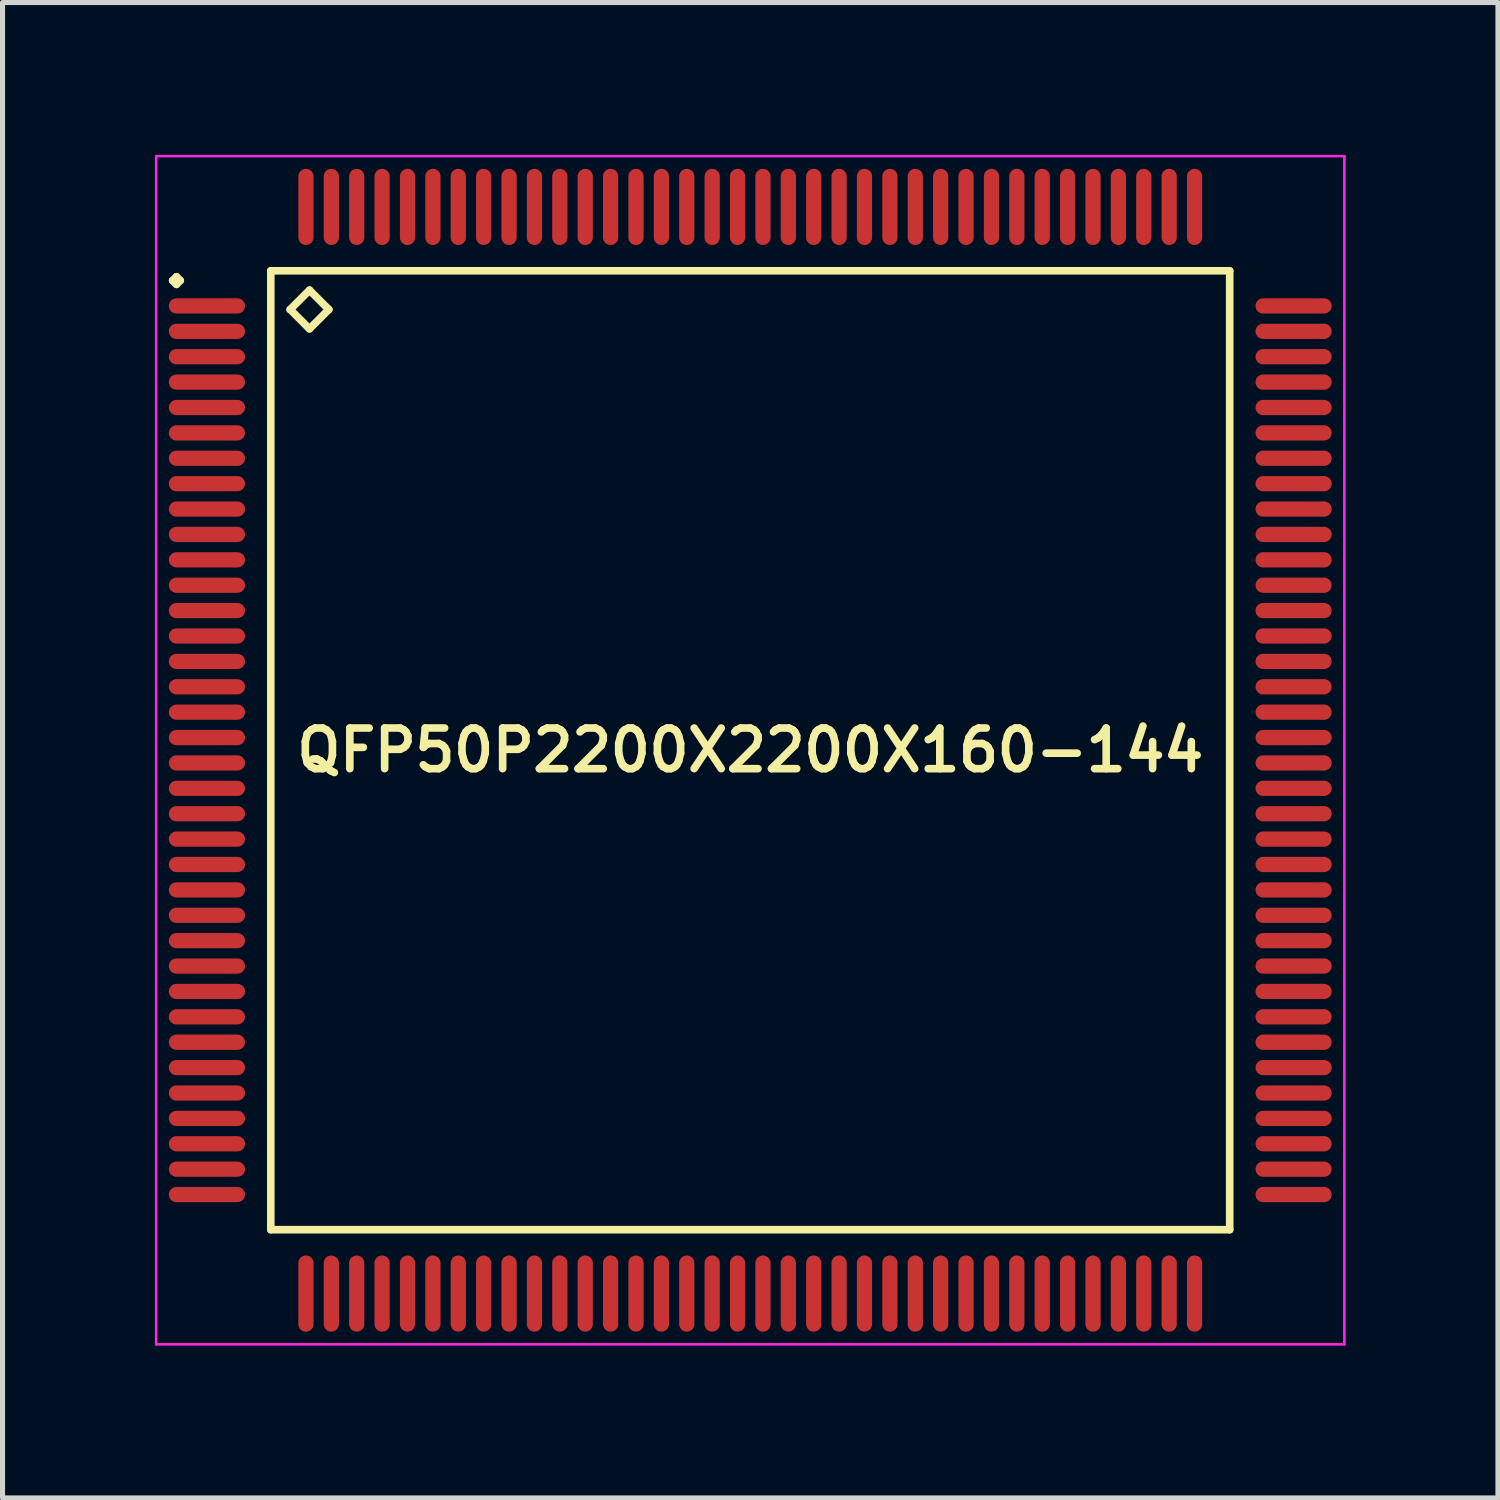
<source format=kicad_pcb>
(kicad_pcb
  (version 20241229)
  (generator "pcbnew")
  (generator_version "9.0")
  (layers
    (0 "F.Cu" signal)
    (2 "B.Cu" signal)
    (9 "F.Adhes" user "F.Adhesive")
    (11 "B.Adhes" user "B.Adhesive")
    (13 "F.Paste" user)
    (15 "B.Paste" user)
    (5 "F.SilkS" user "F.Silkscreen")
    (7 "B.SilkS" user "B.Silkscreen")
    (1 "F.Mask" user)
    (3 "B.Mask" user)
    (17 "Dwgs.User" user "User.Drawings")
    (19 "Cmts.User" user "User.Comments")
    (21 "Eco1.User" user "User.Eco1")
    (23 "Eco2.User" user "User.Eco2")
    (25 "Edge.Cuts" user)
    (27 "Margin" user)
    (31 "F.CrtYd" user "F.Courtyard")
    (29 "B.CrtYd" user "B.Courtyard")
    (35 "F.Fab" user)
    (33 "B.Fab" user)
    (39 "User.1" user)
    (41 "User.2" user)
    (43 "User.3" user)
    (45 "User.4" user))
  (footprint "QFP50P2200X2200X160-144"
    (layer "F.Cu")
    (at 11.725 11.725)
    (property "Reference" "QFP50P2200X2200X160-144" (at 0 0 0) (layer "F.SilkS") (effects (font (size 0.8 0.8) (thickness 0.15))))
    (attr smd)
    (fp_line (start -11.375 -9.25) (end -11.3 -9.325) (stroke (width 0.15) (type solid)) (layer "F.SilkS"))
    (fp_line (start -11.3 -9.325) (end -11.225 -9.25) (stroke (width 0.15) (type solid)) (layer "F.SilkS"))
    (fp_line (start -11.3 -9.175) (end -11.375 -9.25) (stroke (width 0.15) (type solid)) (layer "F.SilkS"))
    (fp_line (start -11.225 -9.25) (end -11.3 -9.175) (stroke (width 0.15) (type solid)) (layer "F.SilkS"))
    (fp_line (start -9.442 -9.442) (end -9.442 9.442) (stroke (width 0.15) (type solid)) (layer "F.SilkS"))
    (fp_line (start -9.442 9.442) (end 9.442 9.442) (stroke (width 0.15) (type solid)) (layer "F.SilkS"))
    (fp_line (start -9.061 -8.68) (end -8.68 -9.061) (stroke (width 0.15) (type solid)) (layer "F.SilkS"))
    (fp_line (start -8.68 -9.061) (end -8.299 -8.68) (stroke (width 0.15) (type solid)) (layer "F.SilkS"))
    (fp_line (start -8.68 -8.299) (end -9.061 -8.68) (stroke (width 0.15) (type solid)) (layer "F.SilkS"))
    (fp_line (start -8.299 -8.68) (end -8.68 -8.299) (stroke (width 0.15) (type solid)) (layer "F.SilkS"))
    (fp_line (start 9.442 -9.442) (end -9.442 -9.442) (stroke (width 0.15) (type solid)) (layer "F.SilkS"))
    (fp_line (start 9.442 9.442) (end 9.442 -9.442) (stroke (width 0.15) (type solid)) (layer "F.SilkS"))
    (fp_line (start -11.7 -11.7) (end 11.7 -11.7) (stroke (width 0.05) (type solid)) (layer "F.CrtYd"))
    (fp_line (start -11.7 11.7) (end -11.7 -11.7) (stroke (width 0.05) (type solid)) (layer "F.CrtYd"))
    (fp_line (start 11.7 -11.7) (end 11.7 11.7) (stroke (width 0.05) (type solid)) (layer "F.CrtYd"))
    (fp_line (start 11.7 11.7) (end -11.7 11.7) (stroke (width 0.05) (type solid)) (layer "F.CrtYd"))
    (pad "1" smd oval (at -10.7 -8.75) (size 1.5 0.3) (layers "F.Cu" "F.Mask" "F.Paste"))
    (pad "2" smd oval (at -10.7 -8.25) (size 1.5 0.3) (layers "F.Cu" "F.Mask" "F.Paste"))
    (pad "3" smd oval (at -10.7 -7.75) (size 1.5 0.3) (layers "F.Cu" "F.Mask" "F.Paste"))
    (pad "4" smd oval (at -10.7 -7.25) (size 1.5 0.3) (layers "F.Cu" "F.Mask" "F.Paste"))
    (pad "5" smd oval (at -10.7 -6.75) (size 1.5 0.3) (layers "F.Cu" "F.Mask" "F.Paste"))
    (pad "6" smd oval (at -10.7 -6.25) (size 1.5 0.3) (layers "F.Cu" "F.Mask" "F.Paste"))
    (pad "7" smd oval (at -10.7 -5.75) (size 1.5 0.3) (layers "F.Cu" "F.Mask" "F.Paste"))
    (pad "8" smd oval (at -10.7 -5.25) (size 1.5 0.3) (layers "F.Cu" "F.Mask" "F.Paste"))
    (pad "9" smd oval (at -10.7 -4.75) (size 1.5 0.3) (layers "F.Cu" "F.Mask" "F.Paste"))
    (pad "10" smd oval (at -10.7 -4.25) (size 1.5 0.3) (layers "F.Cu" "F.Mask" "F.Paste"))
    (pad "11" smd oval (at -10.7 -3.75) (size 1.5 0.3) (layers "F.Cu" "F.Mask" "F.Paste"))
    (pad "12" smd oval (at -10.7 -3.25) (size 1.5 0.3) (layers "F.Cu" "F.Mask" "F.Paste"))
    (pad "13" smd oval (at -10.7 -2.75) (size 1.5 0.3) (layers "F.Cu" "F.Mask" "F.Paste"))
    (pad "14" smd oval (at -10.7 -2.25) (size 1.5 0.3) (layers "F.Cu" "F.Mask" "F.Paste"))
    (pad "15" smd oval (at -10.7 -1.75) (size 1.5 0.3) (layers "F.Cu" "F.Mask" "F.Paste"))
    (pad "16" smd oval (at -10.7 -1.25) (size 1.5 0.3) (layers "F.Cu" "F.Mask" "F.Paste"))
    (pad "17" smd oval (at -10.7 -0.75) (size 1.5 0.3) (layers "F.Cu" "F.Mask" "F.Paste"))
    (pad "18" smd oval (at -10.7 -0.25) (size 1.5 0.3) (layers "F.Cu" "F.Mask" "F.Paste"))
    (pad "19" smd oval (at -10.7 0.25) (size 1.5 0.3) (layers "F.Cu" "F.Mask" "F.Paste"))
    (pad "20" smd oval (at -10.7 0.75) (size 1.5 0.3) (layers "F.Cu" "F.Mask" "F.Paste"))
    (pad "21" smd oval (at -10.7 1.25) (size 1.5 0.3) (layers "F.Cu" "F.Mask" "F.Paste"))
    (pad "22" smd oval (at -10.7 1.75) (size 1.5 0.3) (layers "F.Cu" "F.Mask" "F.Paste"))
    (pad "23" smd oval (at -10.7 2.25) (size 1.5 0.3) (layers "F.Cu" "F.Mask" "F.Paste"))
    (pad "24" smd oval (at -10.7 2.75) (size 1.5 0.3) (layers "F.Cu" "F.Mask" "F.Paste"))
    (pad "25" smd oval (at -10.7 3.25) (size 1.5 0.3) (layers "F.Cu" "F.Mask" "F.Paste"))
    (pad "26" smd oval (at -10.7 3.75) (size 1.5 0.3) (layers "F.Cu" "F.Mask" "F.Paste"))
    (pad "27" smd oval (at -10.7 4.25) (size 1.5 0.3) (layers "F.Cu" "F.Mask" "F.Paste"))
    (pad "28" smd oval (at -10.7 4.75) (size 1.5 0.3) (layers "F.Cu" "F.Mask" "F.Paste"))
    (pad "29" smd oval (at -10.7 5.25) (size 1.5 0.3) (layers "F.Cu" "F.Mask" "F.Paste"))
    (pad "30" smd oval (at -10.7 5.75) (size 1.5 0.3) (layers "F.Cu" "F.Mask" "F.Paste"))
    (pad "31" smd oval (at -10.7 6.25) (size 1.5 0.3) (layers "F.Cu" "F.Mask" "F.Paste"))
    (pad "32" smd oval (at -10.7 6.75) (size 1.5 0.3) (layers "F.Cu" "F.Mask" "F.Paste"))
    (pad "33" smd oval (at -10.7 7.25) (size 1.5 0.3) (layers "F.Cu" "F.Mask" "F.Paste"))
    (pad "34" smd oval (at -10.7 7.75) (size 1.5 0.3) (layers "F.Cu" "F.Mask" "F.Paste"))
    (pad "35" smd oval (at -10.7 8.25) (size 1.5 0.3) (layers "F.Cu" "F.Mask" "F.Paste"))
    (pad "36" smd oval (at -10.7 8.75) (size 1.5 0.3) (layers "F.Cu" "F.Mask" "F.Paste"))
    (pad "37" smd oval (at -8.75 10.7) (size 0.3 1.5) (layers "F.Cu" "F.Mask" "F.Paste"))
    (pad "38" smd oval (at -8.25 10.7) (size 0.3 1.5) (layers "F.Cu" "F.Mask" "F.Paste"))
    (pad "39" smd oval (at -7.75 10.7) (size 0.3 1.5) (layers "F.Cu" "F.Mask" "F.Paste"))
    (pad "40" smd oval (at -7.25 10.7) (size 0.3 1.5) (layers "F.Cu" "F.Mask" "F.Paste"))
    (pad "41" smd oval (at -6.75 10.7) (size 0.3 1.5) (layers "F.Cu" "F.Mask" "F.Paste"))
    (pad "42" smd oval (at -6.25 10.7) (size 0.3 1.5) (layers "F.Cu" "F.Mask" "F.Paste"))
    (pad "43" smd oval (at -5.75 10.7) (size 0.3 1.5) (layers "F.Cu" "F.Mask" "F.Paste"))
    (pad "44" smd oval (at -5.25 10.7) (size 0.3 1.5) (layers "F.Cu" "F.Mask" "F.Paste"))
    (pad "45" smd oval (at -4.75 10.7) (size 0.3 1.5) (layers "F.Cu" "F.Mask" "F.Paste"))
    (pad "46" smd oval (at -4.25 10.7) (size 0.3 1.5) (layers "F.Cu" "F.Mask" "F.Paste"))
    (pad "47" smd oval (at -3.75 10.7) (size 0.3 1.5) (layers "F.Cu" "F.Mask" "F.Paste"))
    (pad "48" smd oval (at -3.25 10.7) (size 0.3 1.5) (layers "F.Cu" "F.Mask" "F.Paste"))
    (pad "49" smd oval (at -2.75 10.7) (size 0.3 1.5) (layers "F.Cu" "F.Mask" "F.Paste"))
    (pad "50" smd oval (at -2.25 10.7) (size 0.3 1.5) (layers "F.Cu" "F.Mask" "F.Paste"))
    (pad "51" smd oval (at -1.75 10.7) (size 0.3 1.5) (layers "F.Cu" "F.Mask" "F.Paste"))
    (pad "52" smd oval (at -1.25 10.7) (size 0.3 1.5) (layers "F.Cu" "F.Mask" "F.Paste"))
    (pad "53" smd oval (at -0.75 10.7) (size 0.3 1.5) (layers "F.Cu" "F.Mask" "F.Paste"))
    (pad "54" smd oval (at -0.25 10.7) (size 0.3 1.5) (layers "F.Cu" "F.Mask" "F.Paste"))
    (pad "55" smd oval (at 0.25 10.7) (size 0.3 1.5) (layers "F.Cu" "F.Mask" "F.Paste"))
    (pad "56" smd oval (at 0.75 10.7) (size 0.3 1.5) (layers "F.Cu" "F.Mask" "F.Paste"))
    (pad "57" smd oval (at 1.25 10.7) (size 0.3 1.5) (layers "F.Cu" "F.Mask" "F.Paste"))
    (pad "58" smd oval (at 1.75 10.7) (size 0.3 1.5) (layers "F.Cu" "F.Mask" "F.Paste"))
    (pad "59" smd oval (at 2.25 10.7) (size 0.3 1.5) (layers "F.Cu" "F.Mask" "F.Paste"))
    (pad "60" smd oval (at 2.75 10.7) (size 0.3 1.5) (layers "F.Cu" "F.Mask" "F.Paste"))
    (pad "61" smd oval (at 3.25 10.7) (size 0.3 1.5) (layers "F.Cu" "F.Mask" "F.Paste"))
    (pad "62" smd oval (at 3.75 10.7) (size 0.3 1.5) (layers "F.Cu" "F.Mask" "F.Paste"))
    (pad "63" smd oval (at 4.25 10.7) (size 0.3 1.5) (layers "F.Cu" "F.Mask" "F.Paste"))
    (pad "64" smd oval (at 4.75 10.7) (size 0.3 1.5) (layers "F.Cu" "F.Mask" "F.Paste"))
    (pad "65" smd oval (at 5.25 10.7) (size 0.3 1.5) (layers "F.Cu" "F.Mask" "F.Paste"))
    (pad "66" smd oval (at 5.75 10.7) (size 0.3 1.5) (layers "F.Cu" "F.Mask" "F.Paste"))
    (pad "67" smd oval (at 6.25 10.7) (size 0.3 1.5) (layers "F.Cu" "F.Mask" "F.Paste"))
    (pad "68" smd oval (at 6.75 10.7) (size 0.3 1.5) (layers "F.Cu" "F.Mask" "F.Paste"))
    (pad "69" smd oval (at 7.25 10.7) (size 0.3 1.5) (layers "F.Cu" "F.Mask" "F.Paste"))
    (pad "70" smd oval (at 7.75 10.7) (size 0.3 1.5) (layers "F.Cu" "F.Mask" "F.Paste"))
    (pad "71" smd oval (at 8.25 10.7) (size 0.3 1.5) (layers "F.Cu" "F.Mask" "F.Paste"))
    (pad "72" smd oval (at 8.75 10.7) (size 0.3 1.5) (layers "F.Cu" "F.Mask" "F.Paste"))
    (pad "73" smd oval (at 10.7 8.75) (size 1.5 0.3) (layers "F.Cu" "F.Mask" "F.Paste"))
    (pad "74" smd oval (at 10.7 8.25) (size 1.5 0.3) (layers "F.Cu" "F.Mask" "F.Paste"))
    (pad "75" smd oval (at 10.7 7.75) (size 1.5 0.3) (layers "F.Cu" "F.Mask" "F.Paste"))
    (pad "76" smd oval (at 10.7 7.25) (size 1.5 0.3) (layers "F.Cu" "F.Mask" "F.Paste"))
    (pad "77" smd oval (at 10.7 6.75) (size 1.5 0.3) (layers "F.Cu" "F.Mask" "F.Paste"))
    (pad "78" smd oval (at 10.7 6.25) (size 1.5 0.3) (layers "F.Cu" "F.Mask" "F.Paste"))
    (pad "79" smd oval (at 10.7 5.75) (size 1.5 0.3) (layers "F.Cu" "F.Mask" "F.Paste"))
    (pad "80" smd oval (at 10.7 5.25) (size 1.5 0.3) (layers "F.Cu" "F.Mask" "F.Paste"))
    (pad "81" smd oval (at 10.7 4.75) (size 1.5 0.3) (layers "F.Cu" "F.Mask" "F.Paste"))
    (pad "82" smd oval (at 10.7 4.25) (size 1.5 0.3) (layers "F.Cu" "F.Mask" "F.Paste"))
    (pad "83" smd oval (at 10.7 3.75) (size 1.5 0.3) (layers "F.Cu" "F.Mask" "F.Paste"))
    (pad "84" smd oval (at 10.7 3.25) (size 1.5 0.3) (layers "F.Cu" "F.Mask" "F.Paste"))
    (pad "85" smd oval (at 10.7 2.75) (size 1.5 0.3) (layers "F.Cu" "F.Mask" "F.Paste"))
    (pad "86" smd oval (at 10.7 2.25) (size 1.5 0.3) (layers "F.Cu" "F.Mask" "F.Paste"))
    (pad "87" smd oval (at 10.7 1.75) (size 1.5 0.3) (layers "F.Cu" "F.Mask" "F.Paste"))
    (pad "88" smd oval (at 10.7 1.25) (size 1.5 0.3) (layers "F.Cu" "F.Mask" "F.Paste"))
    (pad "89" smd oval (at 10.7 0.75) (size 1.5 0.3) (layers "F.Cu" "F.Mask" "F.Paste"))
    (pad "90" smd oval (at 10.7 0.25) (size 1.5 0.3) (layers "F.Cu" "F.Mask" "F.Paste"))
    (pad "91" smd oval (at 10.7 -0.25) (size 1.5 0.3) (layers "F.Cu" "F.Mask" "F.Paste"))
    (pad "92" smd oval (at 10.7 -0.75) (size 1.5 0.3) (layers "F.Cu" "F.Mask" "F.Paste"))
    (pad "93" smd oval (at 10.7 -1.25) (size 1.5 0.3) (layers "F.Cu" "F.Mask" "F.Paste"))
    (pad "94" smd oval (at 10.7 -1.75) (size 1.5 0.3) (layers "F.Cu" "F.Mask" "F.Paste"))
    (pad "95" smd oval (at 10.7 -2.25) (size 1.5 0.3) (layers "F.Cu" "F.Mask" "F.Paste"))
    (pad "96" smd oval (at 10.7 -2.75) (size 1.5 0.3) (layers "F.Cu" "F.Mask" "F.Paste"))
    (pad "97" smd oval (at 10.7 -3.25) (size 1.5 0.3) (layers "F.Cu" "F.Mask" "F.Paste"))
    (pad "98" smd oval (at 10.7 -3.75) (size 1.5 0.3) (layers "F.Cu" "F.Mask" "F.Paste"))
    (pad "99" smd oval (at 10.7 -4.25) (size 1.5 0.3) (layers "F.Cu" "F.Mask" "F.Paste"))
    (pad "100" smd oval (at 10.7 -4.75) (size 1.5 0.3) (layers "F.Cu" "F.Mask" "F.Paste"))
    (pad "101" smd oval (at 10.7 -5.25) (size 1.5 0.3) (layers "F.Cu" "F.Mask" "F.Paste"))
    (pad "102" smd oval (at 10.7 -5.75) (size 1.5 0.3) (layers "F.Cu" "F.Mask" "F.Paste"))
    (pad "103" smd oval (at 10.7 -6.25) (size 1.5 0.3) (layers "F.Cu" "F.Mask" "F.Paste"))
    (pad "104" smd oval (at 10.7 -6.75) (size 1.5 0.3) (layers "F.Cu" "F.Mask" "F.Paste"))
    (pad "105" smd oval (at 10.7 -7.25) (size 1.5 0.3) (layers "F.Cu" "F.Mask" "F.Paste"))
    (pad "106" smd oval (at 10.7 -7.75) (size 1.5 0.3) (layers "F.Cu" "F.Mask" "F.Paste"))
    (pad "107" smd oval (at 10.7 -8.25) (size 1.5 0.3) (layers "F.Cu" "F.Mask" "F.Paste"))
    (pad "108" smd oval (at 10.7 -8.75) (size 1.5 0.3) (layers "F.Cu" "F.Mask" "F.Paste"))
    (pad "109" smd oval (at 8.75 -10.7) (size 0.3 1.5) (layers "F.Cu" "F.Mask" "F.Paste"))
    (pad "110" smd oval (at 8.25 -10.7) (size 0.3 1.5) (layers "F.Cu" "F.Mask" "F.Paste"))
    (pad "111" smd oval (at 7.75 -10.7) (size 0.3 1.5) (layers "F.Cu" "F.Mask" "F.Paste"))
    (pad "112" smd oval (at 7.25 -10.7) (size 0.3 1.5) (layers "F.Cu" "F.Mask" "F.Paste"))
    (pad "113" smd oval (at 6.75 -10.7) (size 0.3 1.5) (layers "F.Cu" "F.Mask" "F.Paste"))
    (pad "114" smd oval (at 6.25 -10.7) (size 0.3 1.5) (layers "F.Cu" "F.Mask" "F.Paste"))
    (pad "115" smd oval (at 5.75 -10.7) (size 0.3 1.5) (layers "F.Cu" "F.Mask" "F.Paste"))
    (pad "116" smd oval (at 5.25 -10.7) (size 0.3 1.5) (layers "F.Cu" "F.Mask" "F.Paste"))
    (pad "117" smd oval (at 4.75 -10.7) (size 0.3 1.5) (layers "F.Cu" "F.Mask" "F.Paste"))
    (pad "118" smd oval (at 4.25 -10.7) (size 0.3 1.5) (layers "F.Cu" "F.Mask" "F.Paste"))
    (pad "119" smd oval (at 3.75 -10.7) (size 0.3 1.5) (layers "F.Cu" "F.Mask" "F.Paste"))
    (pad "120" smd oval (at 3.25 -10.7) (size 0.3 1.5) (layers "F.Cu" "F.Mask" "F.Paste"))
    (pad "121" smd oval (at 2.75 -10.7) (size 0.3 1.5) (layers "F.Cu" "F.Mask" "F.Paste"))
    (pad "122" smd oval (at 2.25 -10.7) (size 0.3 1.5) (layers "F.Cu" "F.Mask" "F.Paste"))
    (pad "123" smd oval (at 1.75 -10.7) (size 0.3 1.5) (layers "F.Cu" "F.Mask" "F.Paste"))
    (pad "124" smd oval (at 1.25 -10.7) (size 0.3 1.5) (layers "F.Cu" "F.Mask" "F.Paste"))
    (pad "125" smd oval (at 0.75 -10.7) (size 0.3 1.5) (layers "F.Cu" "F.Mask" "F.Paste"))
    (pad "126" smd oval (at 0.25 -10.7) (size 0.3 1.5) (layers "F.Cu" "F.Mask" "F.Paste"))
    (pad "127" smd oval (at -0.25 -10.7) (size 0.3 1.5) (layers "F.Cu" "F.Mask" "F.Paste"))
    (pad "128" smd oval (at -0.75 -10.7) (size 0.3 1.5) (layers "F.Cu" "F.Mask" "F.Paste"))
    (pad "129" smd oval (at -1.25 -10.7) (size 0.3 1.5) (layers "F.Cu" "F.Mask" "F.Paste"))
    (pad "130" smd oval (at -1.75 -10.7) (size 0.3 1.5) (layers "F.Cu" "F.Mask" "F.Paste"))
    (pad "131" smd oval (at -2.25 -10.7) (size 0.3 1.5) (layers "F.Cu" "F.Mask" "F.Paste"))
    (pad "132" smd oval (at -2.75 -10.7) (size 0.3 1.5) (layers "F.Cu" "F.Mask" "F.Paste"))
    (pad "133" smd oval (at -3.25 -10.7) (size 0.3 1.5) (layers "F.Cu" "F.Mask" "F.Paste"))
    (pad "134" smd oval (at -3.75 -10.7) (size 0.3 1.5) (layers "F.Cu" "F.Mask" "F.Paste"))
    (pad "135" smd oval (at -4.25 -10.7) (size 0.3 1.5) (layers "F.Cu" "F.Mask" "F.Paste"))
    (pad "136" smd oval (at -4.75 -10.7) (size 0.3 1.5) (layers "F.Cu" "F.Mask" "F.Paste"))
    (pad "137" smd oval (at -5.25 -10.7) (size 0.3 1.5) (layers "F.Cu" "F.Mask" "F.Paste"))
    (pad "138" smd oval (at -5.75 -10.7) (size 0.3 1.5) (layers "F.Cu" "F.Mask" "F.Paste"))
    (pad "139" smd oval (at -6.25 -10.7) (size 0.3 1.5) (layers "F.Cu" "F.Mask" "F.Paste"))
    (pad "140" smd oval (at -6.75 -10.7) (size 0.3 1.5) (layers "F.Cu" "F.Mask" "F.Paste"))
    (pad "141" smd oval (at -7.25 -10.7) (size 0.3 1.5) (layers "F.Cu" "F.Mask" "F.Paste"))
    (pad "142" smd oval (at -7.75 -10.7) (size 0.3 1.5) (layers "F.Cu" "F.Mask" "F.Paste"))
    (pad "143" smd oval (at -8.25 -10.7) (size 0.3 1.5) (layers "F.Cu" "F.Mask" "F.Paste"))
    (pad "144" smd oval (at -8.75 -10.7) (size 0.3 1.5) (layers "F.Cu" "F.Mask" "F.Paste")))
  (gr_rect
    (start -3 -3)
    (end 26.45 26.45)
    (stroke (width 0.1) (type default))
    (fill no)
    (layer "Edge.Cuts")))
</source>
